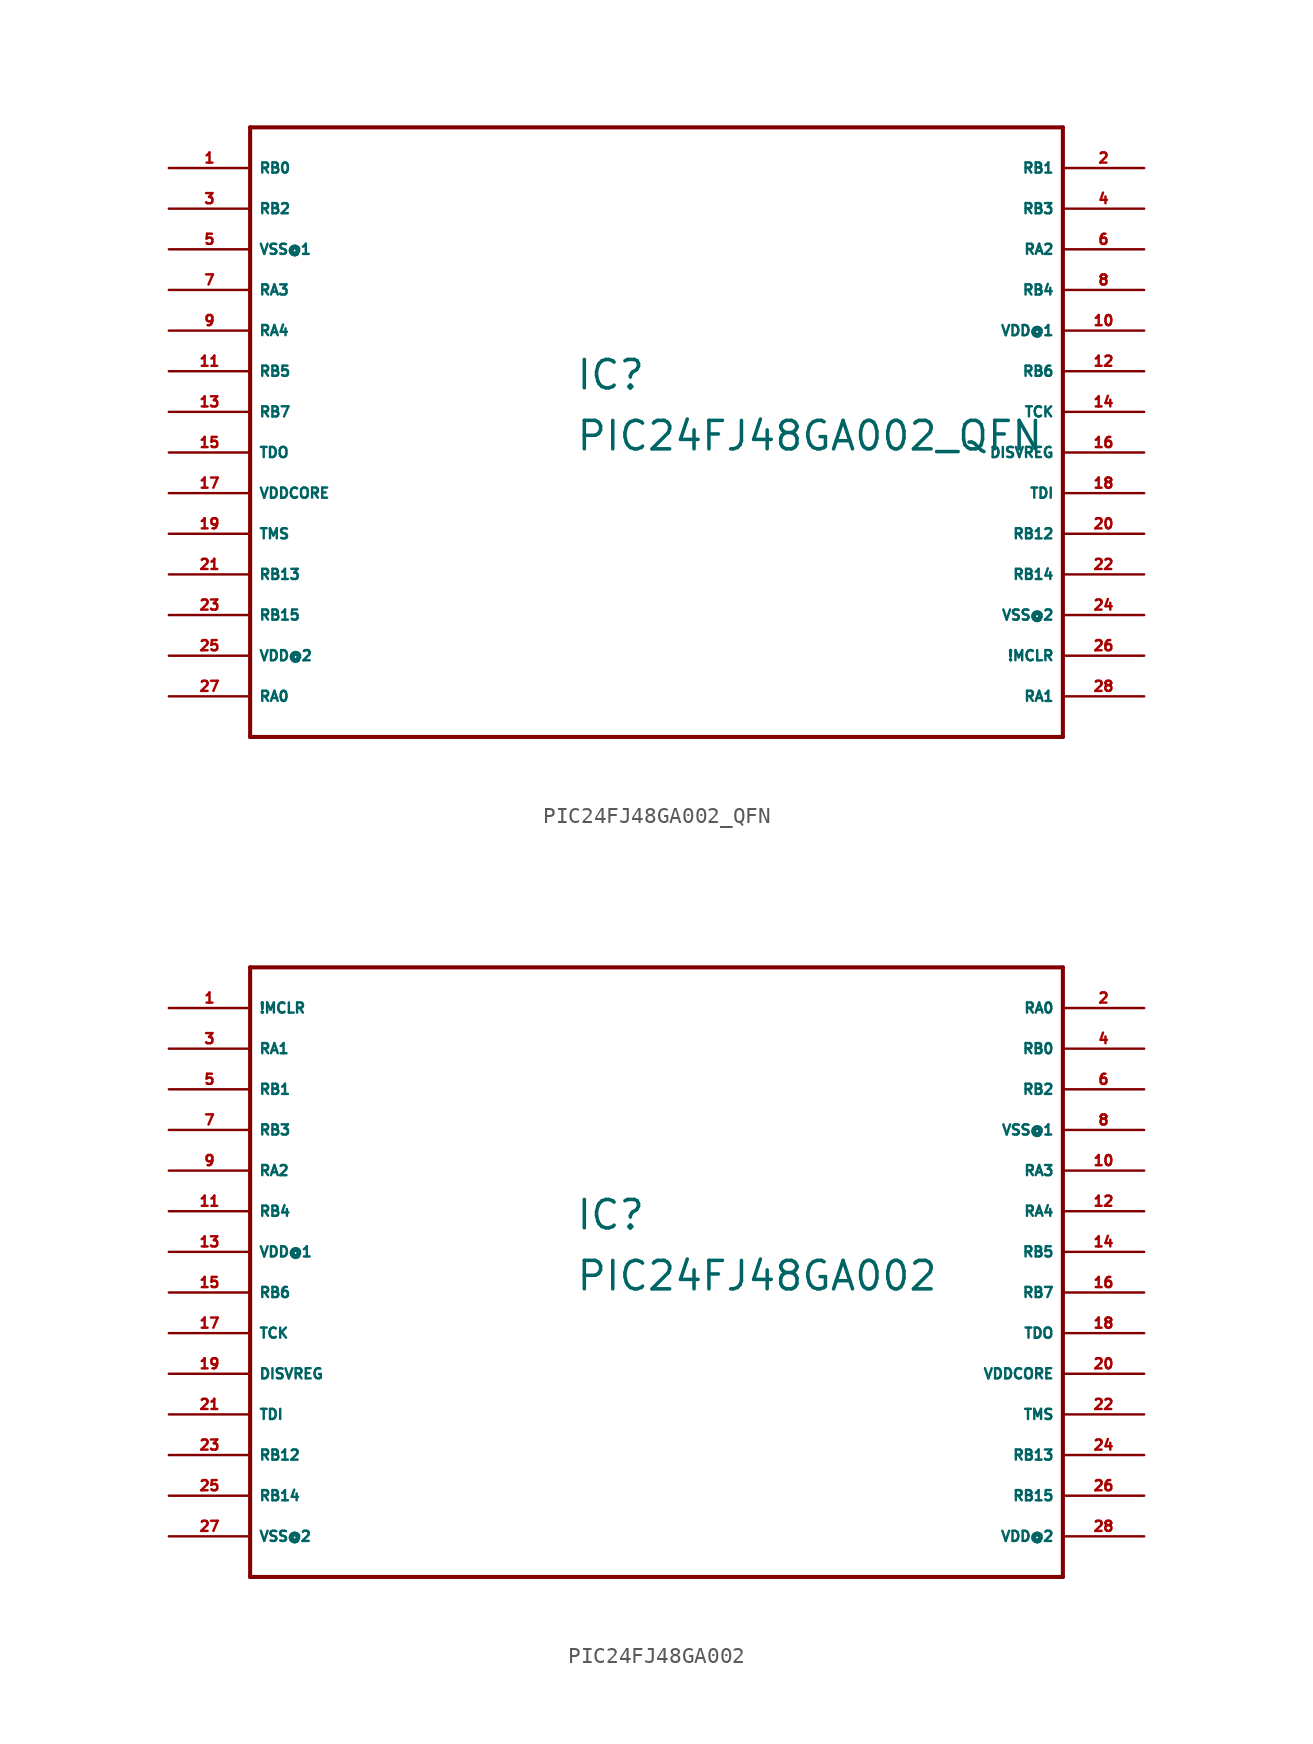
<source format=kicad_sym>
(kicad_symbol_lib
  (version 20220914)
  (generator Eagle2Kicad)
  (symbol "PIC24FJ48GA002_QFN"
    (property "Reference" "IC"
      (at -5.08 1.27 0)
      (effects (font (size 1.778 1.778) (thickness 0.22)) (justify left bottom)))
    (property "Value" "PIC24FJ48GA002_QFN"
      (at -5.08 -2.54 0)
      (effects (font (size 1.778 1.778) (thickness 0.22)) (justify left bottom)))
    (polyline
      (pts (xy -25.4 -20.32) (xy 25.4 -20.32))
      (stroke (width 0.254) (type default))
      (fill (type none)))
    (polyline
      (pts (xy 25.4 -20.32) (xy 25.4 17.78))
      (stroke (width 0.254) (type default))
      (fill (type none)))
    (polyline
      (pts (xy 25.4 17.78) (xy -25.4 17.78))
      (stroke (width 0.254) (type default))
      (fill (type none)))
    (polyline
      (pts (xy -25.4 17.78) (xy -25.4 -20.32))
      (stroke (width 0.254) (type default))
      (fill (type none)))
    (pin bidirectional line
      (at -30.48 15.24 0)
      (length 5.08)
      (name "RB0" (effects (font (size 0.635 0.635) (thickness 0.08)) (justify left bottom)))
      (number "1" (effects (font (size 0.635 0.635) (thickness 0.08)) (justify left bottom))))
    (pin bidirectional line
      (at 30.48 15.24 180)
      (length 5.08)
      (name "RB1" (effects (font (size 0.635 0.635) (thickness 0.08)) (justify left bottom)))
      (number "2" (effects (font (size 0.635 0.635) (thickness 0.08)) (justify left bottom))))
    (pin bidirectional line
      (at -30.48 12.7 0)
      (length 5.08)
      (name "RB2" (effects (font (size 0.635 0.635) (thickness 0.08)) (justify left bottom)))
      (number "3" (effects (font (size 0.635 0.635) (thickness 0.08)) (justify left bottom))))
    (pin bidirectional line
      (at 30.48 12.7 180)
      (length 5.08)
      (name "RB3" (effects (font (size 0.635 0.635) (thickness 0.08)) (justify left bottom)))
      (number "4" (effects (font (size 0.635 0.635) (thickness 0.08)) (justify left bottom))))
    (pin unspecified line
      (at -30.48 10.16 0)
      (length 5.08)
      (name "VSS@1" (effects (font (size 0.635 0.635) (thickness 0.08)) (justify left bottom)))
      (number "5" (effects (font (size 0.635 0.635) (thickness 0.08)) (justify left bottom))))
    (pin bidirectional line
      (at 30.48 10.16 180)
      (length 5.08)
      (name "RA2" (effects (font (size 0.635 0.635) (thickness 0.08)) (justify left bottom)))
      (number "6" (effects (font (size 0.635 0.635) (thickness 0.08)) (justify left bottom))))
    (pin bidirectional line
      (at -30.48 7.62 0)
      (length 5.08)
      (name "RA3" (effects (font (size 0.635 0.635) (thickness 0.08)) (justify left bottom)))
      (number "7" (effects (font (size 0.635 0.635) (thickness 0.08)) (justify left bottom))))
    (pin bidirectional line
      (at 30.48 7.62 180)
      (length 5.08)
      (name "RB4" (effects (font (size 0.635 0.635) (thickness 0.08)) (justify left bottom)))
      (number "8" (effects (font (size 0.635 0.635) (thickness 0.08)) (justify left bottom))))
    (pin bidirectional line
      (at -30.48 5.08 0)
      (length 5.08)
      (name "RA4" (effects (font (size 0.635 0.635) (thickness 0.08)) (justify left bottom)))
      (number "9" (effects (font (size 0.635 0.635) (thickness 0.08)) (justify left bottom))))
    (pin unspecified line
      (at 30.48 5.08 180)
      (length 5.08)
      (name "VDD@1" (effects (font (size 0.635 0.635) (thickness 0.08)) (justify left bottom)))
      (number "10" (effects (font (size 0.635 0.635) (thickness 0.08)) (justify left bottom))))
    (pin bidirectional line
      (at -30.48 2.54 0)
      (length 5.08)
      (name "RB5" (effects (font (size 0.635 0.635) (thickness 0.08)) (justify left bottom)))
      (number "11" (effects (font (size 0.635 0.635) (thickness 0.08)) (justify left bottom))))
    (pin bidirectional line
      (at 30.48 2.54 180)
      (length 5.08)
      (name "RB6" (effects (font (size 0.635 0.635) (thickness 0.08)) (justify left bottom)))
      (number "12" (effects (font (size 0.635 0.635) (thickness 0.08)) (justify left bottom))))
    (pin bidirectional line
      (at -30.48 0 0)
      (length 5.08)
      (name "RB7" (effects (font (size 0.635 0.635) (thickness 0.08)) (justify left bottom)))
      (number "13" (effects (font (size 0.635 0.635) (thickness 0.08)) (justify left bottom))))
    (pin input line
      (at 30.48 0 180)
      (length 5.08)
      (name "TCK" (effects (font (size 0.635 0.635) (thickness 0.08)) (justify left bottom)))
      (number "14" (effects (font (size 0.635 0.635) (thickness 0.08)) (justify left bottom))))
    (pin output line
      (at -30.48 -2.54 0)
      (length 5.08)
      (name "TDO" (effects (font (size 0.635 0.635) (thickness 0.08)) (justify left bottom)))
      (number "15" (effects (font (size 0.635 0.635) (thickness 0.08)) (justify left bottom))))
    (pin passive line
      (at 30.48 -2.54 180)
      (length 5.08)
      (name "DISVREG" (effects (font (size 0.635 0.635) (thickness 0.08)) (justify left bottom)))
      (number "16" (effects (font (size 0.635 0.635) (thickness 0.08)) (justify left bottom))))
    (pin unspecified line
      (at -30.48 -5.08 0)
      (length 5.08)
      (name "VDDCORE" (effects (font (size 0.635 0.635) (thickness 0.08)) (justify left bottom)))
      (number "17" (effects (font (size 0.635 0.635) (thickness 0.08)) (justify left bottom))))
    (pin input line
      (at 30.48 -5.08 180)
      (length 5.08)
      (name "TDI" (effects (font (size 0.635 0.635) (thickness 0.08)) (justify left bottom)))
      (number "18" (effects (font (size 0.635 0.635) (thickness 0.08)) (justify left bottom))))
    (pin input line
      (at -30.48 -7.62 0)
      (length 5.08)
      (name "TMS" (effects (font (size 0.635 0.635) (thickness 0.08)) (justify left bottom)))
      (number "19" (effects (font (size 0.635 0.635) (thickness 0.08)) (justify left bottom))))
    (pin bidirectional line
      (at 30.48 -7.62 180)
      (length 5.08)
      (name "RB12" (effects (font (size 0.635 0.635) (thickness 0.08)) (justify left bottom)))
      (number "20" (effects (font (size 0.635 0.635) (thickness 0.08)) (justify left bottom))))
    (pin bidirectional line
      (at -30.48 -10.16 0)
      (length 5.08)
      (name "RB13" (effects (font (size 0.635 0.635) (thickness 0.08)) (justify left bottom)))
      (number "21" (effects (font (size 0.635 0.635) (thickness 0.08)) (justify left bottom))))
    (pin bidirectional line
      (at 30.48 -10.16 180)
      (length 5.08)
      (name "RB14" (effects (font (size 0.635 0.635) (thickness 0.08)) (justify left bottom)))
      (number "22" (effects (font (size 0.635 0.635) (thickness 0.08)) (justify left bottom))))
    (pin bidirectional line
      (at -30.48 -12.7 0)
      (length 5.08)
      (name "RB15" (effects (font (size 0.635 0.635) (thickness 0.08)) (justify left bottom)))
      (number "23" (effects (font (size 0.635 0.635) (thickness 0.08)) (justify left bottom))))
    (pin unspecified line
      (at 30.48 -12.7 180)
      (length 5.08)
      (name "VSS@2" (effects (font (size 0.635 0.635) (thickness 0.08)) (justify left bottom)))
      (number "24" (effects (font (size 0.635 0.635) (thickness 0.08)) (justify left bottom))))
    (pin unspecified line
      (at -30.48 -15.24 0)
      (length 5.08)
      (name "VDD@2" (effects (font (size 0.635 0.635) (thickness 0.08)) (justify left bottom)))
      (number "25" (effects (font (size 0.635 0.635) (thickness 0.08)) (justify left bottom))))
    (pin bidirectional line
      (at 30.48 -15.24 180)
      (length 5.08)
      (name "!MCLR" (effects (font (size 0.635 0.635) (thickness 0.08)) (justify left bottom)))
      (number "26" (effects (font (size 0.635 0.635) (thickness 0.08)) (justify left bottom))))
    (pin bidirectional line
      (at -30.48 -17.78 0)
      (length 5.08)
      (name "RA0" (effects (font (size 0.635 0.635) (thickness 0.08)) (justify left bottom)))
      (number "27" (effects (font (size 0.635 0.635) (thickness 0.08)) (justify left bottom))))
    (pin bidirectional line
      (at 30.48 -17.78 180)
      (length 5.08)
      (name "RA1" (effects (font (size 0.635 0.635) (thickness 0.08)) (justify left bottom)))
      (number "28" (effects (font (size 0.635 0.635) (thickness 0.08)) (justify left bottom)))))
  (symbol "PIC24FJ48GA002"
    (property "Reference" "IC"
      (at -5.08 1.27 0)
      (effects (font (size 1.778 1.778) (thickness 0.22)) (justify left bottom)))
    (property "Value" "PIC24FJ48GA002"
      (at -5.08 -2.54 0)
      (effects (font (size 1.778 1.778) (thickness 0.22)) (justify left bottom)))
    (polyline
      (pts (xy -25.4 -20.32) (xy 25.4 -20.32))
      (stroke (width 0.254) (type default))
      (fill (type none)))
    (polyline
      (pts (xy 25.4 -20.32) (xy 25.4 17.78))
      (stroke (width 0.254) (type default))
      (fill (type none)))
    (polyline
      (pts (xy 25.4 17.78) (xy -25.4 17.78))
      (stroke (width 0.254) (type default))
      (fill (type none)))
    (polyline
      (pts (xy -25.4 17.78) (xy -25.4 -20.32))
      (stroke (width 0.254) (type default))
      (fill (type none)))
    (pin bidirectional line
      (at -30.48 15.24 0)
      (length 5.08)
      (name "!MCLR" (effects (font (size 0.635 0.635) (thickness 0.08)) (justify left bottom)))
      (number "1" (effects (font (size 0.635 0.635) (thickness 0.08)) (justify left bottom))))
    (pin bidirectional line
      (at 30.48 15.24 180)
      (length 5.08)
      (name "RA0" (effects (font (size 0.635 0.635) (thickness 0.08)) (justify left bottom)))
      (number "2" (effects (font (size 0.635 0.635) (thickness 0.08)) (justify left bottom))))
    (pin bidirectional line
      (at -30.48 12.7 0)
      (length 5.08)
      (name "RA1" (effects (font (size 0.635 0.635) (thickness 0.08)) (justify left bottom)))
      (number "3" (effects (font (size 0.635 0.635) (thickness 0.08)) (justify left bottom))))
    (pin bidirectional line
      (at 30.48 12.7 180)
      (length 5.08)
      (name "RB0" (effects (font (size 0.635 0.635) (thickness 0.08)) (justify left bottom)))
      (number "4" (effects (font (size 0.635 0.635) (thickness 0.08)) (justify left bottom))))
    (pin bidirectional line
      (at -30.48 10.16 0)
      (length 5.08)
      (name "RB1" (effects (font (size 0.635 0.635) (thickness 0.08)) (justify left bottom)))
      (number "5" (effects (font (size 0.635 0.635) (thickness 0.08)) (justify left bottom))))
    (pin bidirectional line
      (at 30.48 10.16 180)
      (length 5.08)
      (name "RB2" (effects (font (size 0.635 0.635) (thickness 0.08)) (justify left bottom)))
      (number "6" (effects (font (size 0.635 0.635) (thickness 0.08)) (justify left bottom))))
    (pin bidirectional line
      (at -30.48 7.62 0)
      (length 5.08)
      (name "RB3" (effects (font (size 0.635 0.635) (thickness 0.08)) (justify left bottom)))
      (number "7" (effects (font (size 0.635 0.635) (thickness 0.08)) (justify left bottom))))
    (pin unspecified line
      (at 30.48 7.62 180)
      (length 5.08)
      (name "VSS@1" (effects (font (size 0.635 0.635) (thickness 0.08)) (justify left bottom)))
      (number "8" (effects (font (size 0.635 0.635) (thickness 0.08)) (justify left bottom))))
    (pin bidirectional line
      (at -30.48 5.08 0)
      (length 5.08)
      (name "RA2" (effects (font (size 0.635 0.635) (thickness 0.08)) (justify left bottom)))
      (number "9" (effects (font (size 0.635 0.635) (thickness 0.08)) (justify left bottom))))
    (pin bidirectional line
      (at 30.48 5.08 180)
      (length 5.08)
      (name "RA3" (effects (font (size 0.635 0.635) (thickness 0.08)) (justify left bottom)))
      (number "10" (effects (font (size 0.635 0.635) (thickness 0.08)) (justify left bottom))))
    (pin bidirectional line
      (at -30.48 2.54 0)
      (length 5.08)
      (name "RB4" (effects (font (size 0.635 0.635) (thickness 0.08)) (justify left bottom)))
      (number "11" (effects (font (size 0.635 0.635) (thickness 0.08)) (justify left bottom))))
    (pin bidirectional line
      (at 30.48 2.54 180)
      (length 5.08)
      (name "RA4" (effects (font (size 0.635 0.635) (thickness 0.08)) (justify left bottom)))
      (number "12" (effects (font (size 0.635 0.635) (thickness 0.08)) (justify left bottom))))
    (pin unspecified line
      (at -30.48 0 0)
      (length 5.08)
      (name "VDD@1" (effects (font (size 0.635 0.635) (thickness 0.08)) (justify left bottom)))
      (number "13" (effects (font (size 0.635 0.635) (thickness 0.08)) (justify left bottom))))
    (pin bidirectional line
      (at 30.48 0 180)
      (length 5.08)
      (name "RB5" (effects (font (size 0.635 0.635) (thickness 0.08)) (justify left bottom)))
      (number "14" (effects (font (size 0.635 0.635) (thickness 0.08)) (justify left bottom))))
    (pin bidirectional line
      (at -30.48 -2.54 0)
      (length 5.08)
      (name "RB6" (effects (font (size 0.635 0.635) (thickness 0.08)) (justify left bottom)))
      (number "15" (effects (font (size 0.635 0.635) (thickness 0.08)) (justify left bottom))))
    (pin bidirectional line
      (at 30.48 -2.54 180)
      (length 5.08)
      (name "RB7" (effects (font (size 0.635 0.635) (thickness 0.08)) (justify left bottom)))
      (number "16" (effects (font (size 0.635 0.635) (thickness 0.08)) (justify left bottom))))
    (pin input line
      (at -30.48 -5.08 0)
      (length 5.08)
      (name "TCK" (effects (font (size 0.635 0.635) (thickness 0.08)) (justify left bottom)))
      (number "17" (effects (font (size 0.635 0.635) (thickness 0.08)) (justify left bottom))))
    (pin output line
      (at 30.48 -5.08 180)
      (length 5.08)
      (name "TDO" (effects (font (size 0.635 0.635) (thickness 0.08)) (justify left bottom)))
      (number "18" (effects (font (size 0.635 0.635) (thickness 0.08)) (justify left bottom))))
    (pin passive line
      (at -30.48 -7.62 0)
      (length 5.08)
      (name "DISVREG" (effects (font (size 0.635 0.635) (thickness 0.08)) (justify left bottom)))
      (number "19" (effects (font (size 0.635 0.635) (thickness 0.08)) (justify left bottom))))
    (pin unspecified line
      (at 30.48 -7.62 180)
      (length 5.08)
      (name "VDDCORE" (effects (font (size 0.635 0.635) (thickness 0.08)) (justify left bottom)))
      (number "20" (effects (font (size 0.635 0.635) (thickness 0.08)) (justify left bottom))))
    (pin input line
      (at -30.48 -10.16 0)
      (length 5.08)
      (name "TDI" (effects (font (size 0.635 0.635) (thickness 0.08)) (justify left bottom)))
      (number "21" (effects (font (size 0.635 0.635) (thickness 0.08)) (justify left bottom))))
    (pin input line
      (at 30.48 -10.16 180)
      (length 5.08)
      (name "TMS" (effects (font (size 0.635 0.635) (thickness 0.08)) (justify left bottom)))
      (number "22" (effects (font (size 0.635 0.635) (thickness 0.08)) (justify left bottom))))
    (pin bidirectional line
      (at -30.48 -12.7 0)
      (length 5.08)
      (name "RB12" (effects (font (size 0.635 0.635) (thickness 0.08)) (justify left bottom)))
      (number "23" (effects (font (size 0.635 0.635) (thickness 0.08)) (justify left bottom))))
    (pin bidirectional line
      (at 30.48 -12.7 180)
      (length 5.08)
      (name "RB13" (effects (font (size 0.635 0.635) (thickness 0.08)) (justify left bottom)))
      (number "24" (effects (font (size 0.635 0.635) (thickness 0.08)) (justify left bottom))))
    (pin bidirectional line
      (at -30.48 -15.24 0)
      (length 5.08)
      (name "RB14" (effects (font (size 0.635 0.635) (thickness 0.08)) (justify left bottom)))
      (number "25" (effects (font (size 0.635 0.635) (thickness 0.08)) (justify left bottom))))
    (pin bidirectional line
      (at 30.48 -15.24 180)
      (length 5.08)
      (name "RB15" (effects (font (size 0.635 0.635) (thickness 0.08)) (justify left bottom)))
      (number "26" (effects (font (size 0.635 0.635) (thickness 0.08)) (justify left bottom))))
    (pin unspecified line
      (at -30.48 -17.78 0)
      (length 5.08)
      (name "VSS@2" (effects (font (size 0.635 0.635) (thickness 0.08)) (justify left bottom)))
      (number "27" (effects (font (size 0.635 0.635) (thickness 0.08)) (justify left bottom))))
    (pin unspecified line
      (at 30.48 -17.78 180)
      (length 5.08)
      (name "VDD@2" (effects (font (size 0.635 0.635) (thickness 0.08)) (justify left bottom)))
      (number "28" (effects (font (size 0.635 0.635) (thickness 0.08)) (justify left bottom))))))
</source>
